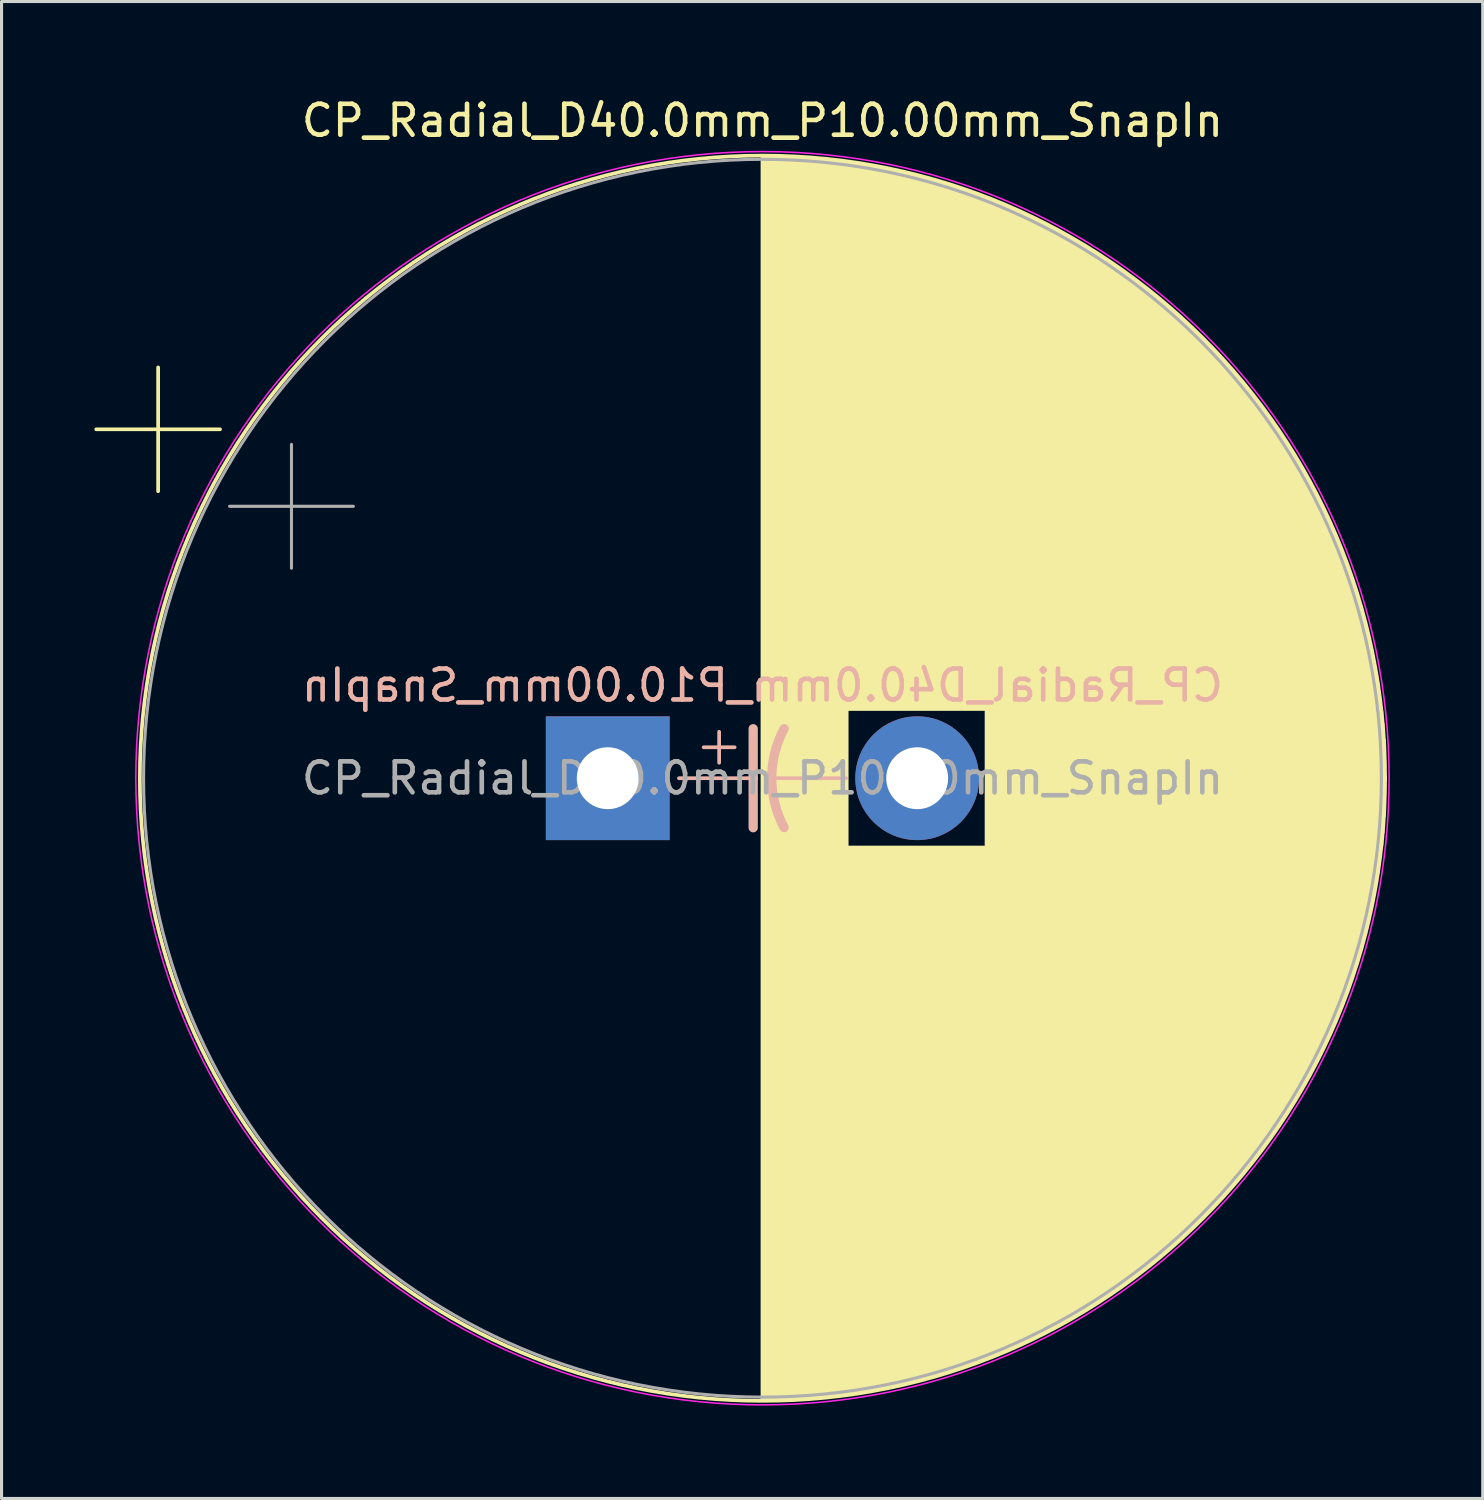
<source format=kicad_pcb>
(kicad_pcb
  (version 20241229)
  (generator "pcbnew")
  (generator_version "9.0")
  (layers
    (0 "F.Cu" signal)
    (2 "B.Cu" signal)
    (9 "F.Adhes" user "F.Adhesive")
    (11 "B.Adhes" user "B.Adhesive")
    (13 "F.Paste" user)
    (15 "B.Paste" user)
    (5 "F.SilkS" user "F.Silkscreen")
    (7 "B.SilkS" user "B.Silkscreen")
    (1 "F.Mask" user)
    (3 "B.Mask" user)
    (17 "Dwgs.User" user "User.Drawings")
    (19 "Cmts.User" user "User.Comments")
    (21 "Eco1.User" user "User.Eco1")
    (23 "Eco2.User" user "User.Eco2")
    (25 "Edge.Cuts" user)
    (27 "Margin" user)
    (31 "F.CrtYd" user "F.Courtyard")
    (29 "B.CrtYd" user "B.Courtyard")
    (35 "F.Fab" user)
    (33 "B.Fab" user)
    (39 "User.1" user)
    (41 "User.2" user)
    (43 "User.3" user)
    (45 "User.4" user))
  (footprint "CP_Radial_D40.0mm_P10.00mm_SnapIn"
    (layer "F.Cu")
    (at 16.589 22.098)
    (property "Reference" "CP_Radial_D40.0mm_P10.00mm_SnapIn" (at 5 -21.25 0) (layer "F.SilkS") (effects (font (size 1 1) (thickness 0.15))))
    (fp_line (start -16.529 -11.275) (end -12.529 -11.275) (stroke (width 0.12) (type solid)) (layer "F.SilkS"))
    (fp_line (start -14.529 -13.275) (end -14.529 -9.275) (stroke (width 0.12) (type solid)) (layer "F.SilkS"))
    (fp_line (start 5 -20.08) (end 5 20.08) (stroke (width 0.12) (type solid)) (layer "F.SilkS"))
    (fp_line (start 5.04 -20.08) (end 5.04 20.08) (stroke (width 0.12) (type solid)) (layer "F.SilkS"))
    (fp_line (start 5.08 -20.08) (end 5.08 20.08) (stroke (width 0.12) (type solid)) (layer "F.SilkS"))
    (fp_line (start 5.12 -20.08) (end 5.12 20.08) (stroke (width 0.12) (type solid)) (layer "F.SilkS"))
    (fp_line (start 5.16 -20.08) (end 5.16 20.08) (stroke (width 0.12) (type solid)) (layer "F.SilkS"))
    (fp_line (start 5.2 -20.08) (end 5.2 20.08) (stroke (width 0.12) (type solid)) (layer "F.SilkS"))
    (fp_line (start 5.24 -20.079) (end 5.24 20.079) (stroke (width 0.12) (type solid)) (layer "F.SilkS"))
    (fp_line (start 5.28 -20.079) (end 5.28 20.079) (stroke (width 0.12) (type solid)) (layer "F.SilkS"))
    (fp_line (start 5.32 -20.078) (end 5.32 20.078) (stroke (width 0.12) (type solid)) (layer "F.SilkS"))
    (fp_line (start 5.36 -20.077) (end 5.36 20.077) (stroke (width 0.12) (type solid)) (layer "F.SilkS"))
    (fp_line (start 5.4 -20.077) (end 5.4 20.077) (stroke (width 0.12) (type solid)) (layer "F.SilkS"))
    (fp_line (start 5.44 -20.076) (end 5.44 20.076) (stroke (width 0.12) (type solid)) (layer "F.SilkS"))
    (fp_line (start 5.48 -20.075) (end 5.48 20.075) (stroke (width 0.12) (type solid)) (layer "F.SilkS"))
    (fp_line (start 5.52 -20.074) (end 5.52 20.074) (stroke (width 0.12) (type solid)) (layer "F.SilkS"))
    (fp_line (start 5.56 -20.073) (end 5.56 20.073) (stroke (width 0.12) (type solid)) (layer "F.SilkS"))
    (fp_line (start 5.6 -20.072) (end 5.6 20.072) (stroke (width 0.12) (type solid)) (layer "F.SilkS"))
    (fp_line (start 5.64 -20.07) (end 5.64 20.07) (stroke (width 0.12) (type solid)) (layer "F.SilkS"))
    (fp_line (start 5.68 -20.069) (end 5.68 20.069) (stroke (width 0.12) (type solid)) (layer "F.SilkS"))
    (fp_line (start 5.721 -20.068) (end 5.721 20.068) (stroke (width 0.12) (type solid)) (layer "F.SilkS"))
    (fp_line (start 5.761 -20.066) (end 5.761 20.066) (stroke (width 0.12) (type solid)) (layer "F.SilkS"))
    (fp_line (start 5.801 -20.065) (end 5.801 20.065) (stroke (width 0.12) (type solid)) (layer "F.SilkS"))
    (fp_line (start 5.841 -20.063) (end 5.841 20.063) (stroke (width 0.12) (type solid)) (layer "F.SilkS"))
    (fp_line (start 5.881 -20.061) (end 5.881 20.061) (stroke (width 0.12) (type solid)) (layer "F.SilkS"))
    (fp_line (start 5.921 -20.059) (end 5.921 20.059) (stroke (width 0.12) (type solid)) (layer "F.SilkS"))
    (fp_line (start 5.961 -20.058) (end 5.961 20.058) (stroke (width 0.12) (type solid)) (layer "F.SilkS"))
    (fp_line (start 6.001 -20.056) (end 6.001 20.056) (stroke (width 0.12) (type solid)) (layer "F.SilkS"))
    (fp_line (start 6.041 -20.054) (end 6.041 20.054) (stroke (width 0.12) (type solid)) (layer "F.SilkS"))
    (fp_line (start 6.081 -20.051) (end 6.081 20.051) (stroke (width 0.12) (type solid)) (layer "F.SilkS"))
    (fp_line (start 6.121 -20.049) (end 6.121 20.049) (stroke (width 0.12) (type solid)) (layer "F.SilkS"))
    (fp_line (start 6.161 -20.047) (end 6.161 20.047) (stroke (width 0.12) (type solid)) (layer "F.SilkS"))
    (fp_line (start 6.201 -20.045) (end 6.201 20.045) (stroke (width 0.12) (type solid)) (layer "F.SilkS"))
    (fp_line (start 6.241 -20.042) (end 6.241 20.042) (stroke (width 0.12) (type solid)) (layer "F.SilkS"))
    (fp_line (start 6.281 -20.04) (end 6.281 20.04) (stroke (width 0.12) (type solid)) (layer "F.SilkS"))
    (fp_line (start 6.321 -20.037) (end 6.321 20.037) (stroke (width 0.12) (type solid)) (layer "F.SilkS"))
    (fp_line (start 6.361 -20.034) (end 6.361 20.034) (stroke (width 0.12) (type solid)) (layer "F.SilkS"))
    (fp_line (start 6.401 -20.032) (end 6.401 20.032) (stroke (width 0.12) (type solid)) (layer "F.SilkS"))
    (fp_line (start 6.441 -20.029) (end 6.441 20.029) (stroke (width 0.12) (type solid)) (layer "F.SilkS"))
    (fp_line (start 6.481 -20.026) (end 6.481 20.026) (stroke (width 0.12) (type solid)) (layer "F.SilkS"))
    (fp_line (start 6.521 -20.023) (end 6.521 20.023) (stroke (width 0.12) (type solid)) (layer "F.SilkS"))
    (fp_line (start 6.561 -20.02) (end 6.561 20.02) (stroke (width 0.12) (type solid)) (layer "F.SilkS"))
    (fp_line (start 6.601 -20.017) (end 6.601 20.017) (stroke (width 0.12) (type solid)) (layer "F.SilkS"))
    (fp_line (start 6.641 -20.014) (end 6.641 20.014) (stroke (width 0.12) (type solid)) (layer "F.SilkS"))
    (fp_line (start 6.681 -20.01) (end 6.681 20.01) (stroke (width 0.12) (type solid)) (layer "F.SilkS"))
    (fp_line (start 6.721 -20.007) (end 6.721 20.007) (stroke (width 0.12) (type solid)) (layer "F.SilkS"))
    (fp_line (start 6.761 -20.003) (end 6.761 20.003) (stroke (width 0.12) (type solid)) (layer "F.SilkS"))
    (fp_line (start 6.801 -20) (end 6.801 20) (stroke (width 0.12) (type solid)) (layer "F.SilkS"))
    (fp_line (start 6.841 -19.996) (end 6.841 19.996) (stroke (width 0.12) (type solid)) (layer "F.SilkS"))
    (fp_line (start 6.881 -19.992) (end 6.881 19.992) (stroke (width 0.12) (type solid)) (layer "F.SilkS"))
    (fp_line (start 6.921 -19.989) (end 6.921 19.989) (stroke (width 0.12) (type solid)) (layer "F.SilkS"))
    (fp_line (start 6.961 -19.985) (end 6.961 19.985) (stroke (width 0.12) (type solid)) (layer "F.SilkS"))
    (fp_line (start 7.001 -19.981) (end 7.001 19.981) (stroke (width 0.12) (type solid)) (layer "F.SilkS"))
    (fp_line (start 7.041 -19.977) (end 7.041 19.977) (stroke (width 0.12) (type solid)) (layer "F.SilkS"))
    (fp_line (start 7.081 -19.973) (end 7.081 19.973) (stroke (width 0.12) (type solid)) (layer "F.SilkS"))
    (fp_line (start 7.121 -19.968) (end 7.121 19.968) (stroke (width 0.12) (type solid)) (layer "F.SilkS"))
    (fp_line (start 7.161 -19.964) (end 7.161 19.964) (stroke (width 0.12) (type solid)) (layer "F.SilkS"))
    (fp_line (start 7.201 -19.96) (end 7.201 19.96) (stroke (width 0.12) (type solid)) (layer "F.SilkS"))
    (fp_line (start 7.241 -19.955) (end 7.241 19.955) (stroke (width 0.12) (type solid)) (layer "F.SilkS"))
    (fp_line (start 7.281 -19.951) (end 7.281 19.951) (stroke (width 0.12) (type solid)) (layer "F.SilkS"))
    (fp_line (start 7.321 -19.946) (end 7.321 19.946) (stroke (width 0.12) (type solid)) (layer "F.SilkS"))
    (fp_line (start 7.361 -19.942) (end 7.361 19.942) (stroke (width 0.12) (type solid)) (layer "F.SilkS"))
    (fp_line (start 7.401 -19.937) (end 7.401 19.937) (stroke (width 0.12) (type solid)) (layer "F.SilkS"))
    (fp_line (start 7.441 -19.932) (end 7.441 19.932) (stroke (width 0.12) (type solid)) (layer "F.SilkS"))
    (fp_line (start 7.481 -19.927) (end 7.481 19.927) (stroke (width 0.12) (type solid)) (layer "F.SilkS"))
    (fp_line (start 7.521 -19.922) (end 7.521 19.922) (stroke (width 0.12) (type solid)) (layer "F.SilkS"))
    (fp_line (start 7.561 -19.917) (end 7.561 19.917) (stroke (width 0.12) (type solid)) (layer "F.SilkS"))
    (fp_line (start 7.601 -19.912) (end 7.601 19.912) (stroke (width 0.12) (type solid)) (layer "F.SilkS"))
    (fp_line (start 7.641 -19.907) (end 7.641 19.907) (stroke (width 0.12) (type solid)) (layer "F.SilkS"))
    (fp_line (start 7.681 -19.901) (end 7.681 19.901) (stroke (width 0.12) (type solid)) (layer "F.SilkS"))
    (fp_line (start 7.721 -19.896) (end 7.721 19.896) (stroke (width 0.12) (type solid)) (layer "F.SilkS"))
    (fp_line (start 7.761 -19.89) (end 7.761 -2.24) (stroke (width 0.12) (type solid)) (layer "F.SilkS"))
    (fp_line (start 7.761 2.24) (end 7.761 19.89) (stroke (width 0.12) (type solid)) (layer "F.SilkS"))
    (fp_line (start 7.801 -19.885) (end 7.801 -2.24) (stroke (width 0.12) (type solid)) (layer "F.SilkS"))
    (fp_line (start 7.801 2.24) (end 7.801 19.885) (stroke (width 0.12) (type solid)) (layer "F.SilkS"))
    (fp_line (start 7.841 -19.879) (end 7.841 -2.24) (stroke (width 0.12) (type solid)) (layer "F.SilkS"))
    (fp_line (start 7.841 2.24) (end 7.841 19.879) (stroke (width 0.12) (type solid)) (layer "F.SilkS"))
    (fp_line (start 7.881 -19.873) (end 7.881 -2.24) (stroke (width 0.12) (type solid)) (layer "F.SilkS"))
    (fp_line (start 7.881 2.24) (end 7.881 19.873) (stroke (width 0.12) (type solid)) (layer "F.SilkS"))
    (fp_line (start 7.921 -19.867) (end 7.921 -2.24) (stroke (width 0.12) (type solid)) (layer "F.SilkS"))
    (fp_line (start 7.921 2.24) (end 7.921 19.867) (stroke (width 0.12) (type solid)) (layer "F.SilkS"))
    (fp_line (start 7.961 -19.862) (end 7.961 -2.24) (stroke (width 0.12) (type solid)) (layer "F.SilkS"))
    (fp_line (start 7.961 2.24) (end 7.961 19.862) (stroke (width 0.12) (type solid)) (layer "F.SilkS"))
    (fp_line (start 8.001 -19.856) (end 8.001 -2.24) (stroke (width 0.12) (type solid)) (layer "F.SilkS"))
    (fp_line (start 8.001 2.24) (end 8.001 19.856) (stroke (width 0.12) (type solid)) (layer "F.SilkS"))
    (fp_line (start 8.041 -19.85) (end 8.041 -2.24) (stroke (width 0.12) (type solid)) (layer "F.SilkS"))
    (fp_line (start 8.041 2.24) (end 8.041 19.85) (stroke (width 0.12) (type solid)) (layer "F.SilkS"))
    (fp_line (start 8.081 -19.843) (end 8.081 -2.24) (stroke (width 0.12) (type solid)) (layer "F.SilkS"))
    (fp_line (start 8.081 2.24) (end 8.081 19.843) (stroke (width 0.12) (type solid)) (layer "F.SilkS"))
    (fp_line (start 8.121 -19.837) (end 8.121 -2.24) (stroke (width 0.12) (type solid)) (layer "F.SilkS"))
    (fp_line (start 8.121 2.24) (end 8.121 19.837) (stroke (width 0.12) (type solid)) (layer "F.SilkS"))
    (fp_line (start 8.161 -19.831) (end 8.161 -2.24) (stroke (width 0.12) (type solid)) (layer "F.SilkS"))
    (fp_line (start 8.161 2.24) (end 8.161 19.831) (stroke (width 0.12) (type solid)) (layer "F.SilkS"))
    (fp_line (start 8.201 -19.824) (end 8.201 -2.24) (stroke (width 0.12) (type solid)) (layer "F.SilkS"))
    (fp_line (start 8.201 2.24) (end 8.201 19.824) (stroke (width 0.12) (type solid)) (layer "F.SilkS"))
    (fp_line (start 8.241 -19.818) (end 8.241 -2.24) (stroke (width 0.12) (type solid)) (layer "F.SilkS"))
    (fp_line (start 8.241 2.24) (end 8.241 19.818) (stroke (width 0.12) (type solid)) (layer "F.SilkS"))
    (fp_line (start 8.281 -19.811) (end 8.281 -2.24) (stroke (width 0.12) (type solid)) (layer "F.SilkS"))
    (fp_line (start 8.281 2.24) (end 8.281 19.811) (stroke (width 0.12) (type solid)) (layer "F.SilkS"))
    (fp_line (start 8.321 -19.805) (end 8.321 -2.24) (stroke (width 0.12) (type solid)) (layer "F.SilkS"))
    (fp_line (start 8.321 2.24) (end 8.321 19.805) (stroke (width 0.12) (type solid)) (layer "F.SilkS"))
    (fp_line (start 8.361 -19.798) (end 8.361 -2.24) (stroke (width 0.12) (type solid)) (layer "F.SilkS"))
    (fp_line (start 8.361 2.24) (end 8.361 19.798) (stroke (width 0.12) (type solid)) (layer "F.SilkS"))
    (fp_line (start 8.401 -19.791) (end 8.401 -2.24) (stroke (width 0.12) (type solid)) (layer "F.SilkS"))
    (fp_line (start 8.401 2.24) (end 8.401 19.791) (stroke (width 0.12) (type solid)) (layer "F.SilkS"))
    (fp_line (start 8.441 -19.784) (end 8.441 -2.24) (stroke (width 0.12) (type solid)) (layer "F.SilkS"))
    (fp_line (start 8.441 2.24) (end 8.441 19.784) (stroke (width 0.12) (type solid)) (layer "F.SilkS"))
    (fp_line (start 8.481 -19.777) (end 8.481 -2.24) (stroke (width 0.12) (type solid)) (layer "F.SilkS"))
    (fp_line (start 8.481 2.24) (end 8.481 19.777) (stroke (width 0.12) (type solid)) (layer "F.SilkS"))
    (fp_line (start 8.521 -19.77) (end 8.521 -2.24) (stroke (width 0.12) (type solid)) (layer "F.SilkS"))
    (fp_line (start 8.521 2.24) (end 8.521 19.77) (stroke (width 0.12) (type solid)) (layer "F.SilkS"))
    (fp_line (start 8.561 -19.763) (end 8.561 -2.24) (stroke (width 0.12) (type solid)) (layer "F.SilkS"))
    (fp_line (start 8.561 2.24) (end 8.561 19.763) (stroke (width 0.12) (type solid)) (layer "F.SilkS"))
    (fp_line (start 8.601 -19.756) (end 8.601 -2.24) (stroke (width 0.12) (type solid)) (layer "F.SilkS"))
    (fp_line (start 8.601 2.24) (end 8.601 19.756) (stroke (width 0.12) (type solid)) (layer "F.SilkS"))
    (fp_line (start 8.641 -19.748) (end 8.641 -2.24) (stroke (width 0.12) (type solid)) (layer "F.SilkS"))
    (fp_line (start 8.641 2.24) (end 8.641 19.748) (stroke (width 0.12) (type solid)) (layer "F.SilkS"))
    (fp_line (start 8.681 -19.741) (end 8.681 -2.24) (stroke (width 0.12) (type solid)) (layer "F.SilkS"))
    (fp_line (start 8.681 2.24) (end 8.681 19.741) (stroke (width 0.12) (type solid)) (layer "F.SilkS"))
    (fp_line (start 8.721 -19.734) (end 8.721 -2.24) (stroke (width 0.12) (type solid)) (layer "F.SilkS"))
    (fp_line (start 8.721 2.24) (end 8.721 19.734) (stroke (width 0.12) (type solid)) (layer "F.SilkS"))
    (fp_line (start 8.761 -19.726) (end 8.761 -2.24) (stroke (width 0.12) (type solid)) (layer "F.SilkS"))
    (fp_line (start 8.761 2.24) (end 8.761 19.726) (stroke (width 0.12) (type solid)) (layer "F.SilkS"))
    (fp_line (start 8.801 -19.718) (end 8.801 -2.24) (stroke (width 0.12) (type solid)) (layer "F.SilkS"))
    (fp_line (start 8.801 2.24) (end 8.801 19.718) (stroke (width 0.12) (type solid)) (layer "F.SilkS"))
    (fp_line (start 8.841 -19.711) (end 8.841 -2.24) (stroke (width 0.12) (type solid)) (layer "F.SilkS"))
    (fp_line (start 8.841 2.24) (end 8.841 19.711) (stroke (width 0.12) (type solid)) (layer "F.SilkS"))
    (fp_line (start 8.881 -19.703) (end 8.881 -2.24) (stroke (width 0.12) (type solid)) (layer "F.SilkS"))
    (fp_line (start 8.881 2.24) (end 8.881 19.703) (stroke (width 0.12) (type solid)) (layer "F.SilkS"))
    (fp_line (start 8.921 -19.695) (end 8.921 -2.24) (stroke (width 0.12) (type solid)) (layer "F.SilkS"))
    (fp_line (start 8.921 2.24) (end 8.921 19.695) (stroke (width 0.12) (type solid)) (layer "F.SilkS"))
    (fp_line (start 8.961 -19.687) (end 8.961 -2.24) (stroke (width 0.12) (type solid)) (layer "F.SilkS"))
    (fp_line (start 8.961 2.24) (end 8.961 19.687) (stroke (width 0.12) (type solid)) (layer "F.SilkS"))
    (fp_line (start 9.001 -19.679) (end 9.001 -2.24) (stroke (width 0.12) (type solid)) (layer "F.SilkS"))
    (fp_line (start 9.001 2.24) (end 9.001 19.679) (stroke (width 0.12) (type solid)) (layer "F.SilkS"))
    (fp_line (start 9.041 -19.671) (end 9.041 -2.24) (stroke (width 0.12) (type solid)) (layer "F.SilkS"))
    (fp_line (start 9.041 2.24) (end 9.041 19.671) (stroke (width 0.12) (type solid)) (layer "F.SilkS"))
    (fp_line (start 9.081 -19.662) (end 9.081 -2.24) (stroke (width 0.12) (type solid)) (layer "F.SilkS"))
    (fp_line (start 9.081 2.24) (end 9.081 19.662) (stroke (width 0.12) (type solid)) (layer "F.SilkS"))
    (fp_line (start 9.121 -19.654) (end 9.121 -2.24) (stroke (width 0.12) (type solid)) (layer "F.SilkS"))
    (fp_line (start 9.121 2.24) (end 9.121 19.654) (stroke (width 0.12) (type solid)) (layer "F.SilkS"))
    (fp_line (start 9.161 -19.646) (end 9.161 -2.24) (stroke (width 0.12) (type solid)) (layer "F.SilkS"))
    (fp_line (start 9.161 2.24) (end 9.161 19.646) (stroke (width 0.12) (type solid)) (layer "F.SilkS"))
    (fp_line (start 9.201 -19.637) (end 9.201 -2.24) (stroke (width 0.12) (type solid)) (layer "F.SilkS"))
    (fp_line (start 9.201 2.24) (end 9.201 19.637) (stroke (width 0.12) (type solid)) (layer "F.SilkS"))
    (fp_line (start 9.241 -19.629) (end 9.241 -2.24) (stroke (width 0.12) (type solid)) (layer "F.SilkS"))
    (fp_line (start 9.241 2.24) (end 9.241 19.629) (stroke (width 0.12) (type solid)) (layer "F.SilkS"))
    (fp_line (start 9.281 -19.62) (end 9.281 -2.24) (stroke (width 0.12) (type solid)) (layer "F.SilkS"))
    (fp_line (start 9.281 2.24) (end 9.281 19.62) (stroke (width 0.12) (type solid)) (layer "F.SilkS"))
    (fp_line (start 9.321 -19.611) (end 9.321 -2.24) (stroke (width 0.12) (type solid)) (layer "F.SilkS"))
    (fp_line (start 9.321 2.24) (end 9.321 19.611) (stroke (width 0.12) (type solid)) (layer "F.SilkS"))
    (fp_line (start 9.361 -19.602) (end 9.361 -2.24) (stroke (width 0.12) (type solid)) (layer "F.SilkS"))
    (fp_line (start 9.361 2.24) (end 9.361 19.602) (stroke (width 0.12) (type solid)) (layer "F.SilkS"))
    (fp_line (start 9.401 -19.593) (end 9.401 -2.24) (stroke (width 0.12) (type solid)) (layer "F.SilkS"))
    (fp_line (start 9.401 2.24) (end 9.401 19.593) (stroke (width 0.12) (type solid)) (layer "F.SilkS"))
    (fp_line (start 9.441 -19.584) (end 9.441 -2.24) (stroke (width 0.12) (type solid)) (layer "F.SilkS"))
    (fp_line (start 9.441 2.24) (end 9.441 19.584) (stroke (width 0.12) (type solid)) (layer "F.SilkS"))
    (fp_line (start 9.481 -19.575) (end 9.481 -2.24) (stroke (width 0.12) (type solid)) (layer "F.SilkS"))
    (fp_line (start 9.481 2.24) (end 9.481 19.575) (stroke (width 0.12) (type solid)) (layer "F.SilkS"))
    (fp_line (start 9.521 -19.566) (end 9.521 -2.24) (stroke (width 0.12) (type solid)) (layer "F.SilkS"))
    (fp_line (start 9.521 2.24) (end 9.521 19.566) (stroke (width 0.12) (type solid)) (layer "F.SilkS"))
    (fp_line (start 9.561 -19.557) (end 9.561 -2.24) (stroke (width 0.12) (type solid)) (layer "F.SilkS"))
    (fp_line (start 9.561 2.24) (end 9.561 19.557) (stroke (width 0.12) (type solid)) (layer "F.SilkS"))
    (fp_line (start 9.601 -19.548) (end 9.601 -2.24) (stroke (width 0.12) (type solid)) (layer "F.SilkS"))
    (fp_line (start 9.601 2.24) (end 9.601 19.548) (stroke (width 0.12) (type solid)) (layer "F.SilkS"))
    (fp_line (start 9.641 -19.538) (end 9.641 -2.24) (stroke (width 0.12) (type solid)) (layer "F.SilkS"))
    (fp_line (start 9.641 2.24) (end 9.641 19.538) (stroke (width 0.12) (type solid)) (layer "F.SilkS"))
    (fp_line (start 9.681 -19.529) (end 9.681 -2.24) (stroke (width 0.12) (type solid)) (layer "F.SilkS"))
    (fp_line (start 9.681 2.24) (end 9.681 19.529) (stroke (width 0.12) (type solid)) (layer "F.SilkS"))
    (fp_line (start 9.721 -19.519) (end 9.721 -2.24) (stroke (width 0.12) (type solid)) (layer "F.SilkS"))
    (fp_line (start 9.721 2.24) (end 9.721 19.519) (stroke (width 0.12) (type solid)) (layer "F.SilkS"))
    (fp_line (start 9.761 -19.509) (end 9.761 -2.24) (stroke (width 0.12) (type solid)) (layer "F.SilkS"))
    (fp_line (start 9.761 2.24) (end 9.761 19.509) (stroke (width 0.12) (type solid)) (layer "F.SilkS"))
    (fp_line (start 9.801 -19.5) (end 9.801 -2.24) (stroke (width 0.12) (type solid)) (layer "F.SilkS"))
    (fp_line (start 9.801 2.24) (end 9.801 19.5) (stroke (width 0.12) (type solid)) (layer "F.SilkS"))
    (fp_line (start 9.841 -19.49) (end 9.841 -2.24) (stroke (width 0.12) (type solid)) (layer "F.SilkS"))
    (fp_line (start 9.841 2.24) (end 9.841 19.49) (stroke (width 0.12) (type solid)) (layer "F.SilkS"))
    (fp_line (start 9.881 -19.48) (end 9.881 -2.24) (stroke (width 0.12) (type solid)) (layer "F.SilkS"))
    (fp_line (start 9.881 2.24) (end 9.881 19.48) (stroke (width 0.12) (type solid)) (layer "F.SilkS"))
    (fp_line (start 9.921 -19.47) (end 9.921 -2.24) (stroke (width 0.12) (type solid)) (layer "F.SilkS"))
    (fp_line (start 9.921 2.24) (end 9.921 19.47) (stroke (width 0.12) (type solid)) (layer "F.SilkS"))
    (fp_line (start 9.961 -19.46) (end 9.961 -2.24) (stroke (width 0.12) (type solid)) (layer "F.SilkS"))
    (fp_line (start 9.961 2.24) (end 9.961 19.46) (stroke (width 0.12) (type solid)) (layer "F.SilkS"))
    (fp_line (start 10.001 -19.449) (end 10.001 -2.24) (stroke (width 0.12) (type solid)) (layer "F.SilkS"))
    (fp_line (start 10.001 2.24) (end 10.001 19.449) (stroke (width 0.12) (type solid)) (layer "F.SilkS"))
    (fp_line (start 10.041 -19.439) (end 10.041 -2.24) (stroke (width 0.12) (type solid)) (layer "F.SilkS"))
    (fp_line (start 10.041 2.24) (end 10.041 19.439) (stroke (width 0.12) (type solid)) (layer "F.SilkS"))
    (fp_line (start 10.081 -19.429) (end 10.081 -2.24) (stroke (width 0.12) (type solid)) (layer "F.SilkS"))
    (fp_line (start 10.081 2.24) (end 10.081 19.429) (stroke (width 0.12) (type solid)) (layer "F.SilkS"))
    (fp_line (start 10.121 -19.418) (end 10.121 -2.24) (stroke (width 0.12) (type solid)) (layer "F.SilkS"))
    (fp_line (start 10.121 2.24) (end 10.121 19.418) (stroke (width 0.12) (type solid)) (layer "F.SilkS"))
    (fp_line (start 10.161 -19.408) (end 10.161 -2.24) (stroke (width 0.12) (type solid)) (layer "F.SilkS"))
    (fp_line (start 10.161 2.24) (end 10.161 19.408) (stroke (width 0.12) (type solid)) (layer "F.SilkS"))
    (fp_line (start 10.201 -19.397) (end 10.201 -2.24) (stroke (width 0.12) (type solid)) (layer "F.SilkS"))
    (fp_line (start 10.201 2.24) (end 10.201 19.397) (stroke (width 0.12) (type solid)) (layer "F.SilkS"))
    (fp_line (start 10.241 -19.386) (end 10.241 -2.24) (stroke (width 0.12) (type solid)) (layer "F.SilkS"))
    (fp_line (start 10.241 2.24) (end 10.241 19.386) (stroke (width 0.12) (type solid)) (layer "F.SilkS"))
    (fp_line (start 10.281 -19.375) (end 10.281 -2.24) (stroke (width 0.12) (type solid)) (layer "F.SilkS"))
    (fp_line (start 10.281 2.24) (end 10.281 19.375) (stroke (width 0.12) (type solid)) (layer "F.SilkS"))
    (fp_line (start 10.321 -19.364) (end 10.321 -2.24) (stroke (width 0.12) (type solid)) (layer "F.SilkS"))
    (fp_line (start 10.321 2.24) (end 10.321 19.364) (stroke (width 0.12) (type solid)) (layer "F.SilkS"))
    (fp_line (start 10.361 -19.353) (end 10.361 -2.24) (stroke (width 0.12) (type solid)) (layer "F.SilkS"))
    (fp_line (start 10.361 2.24) (end 10.361 19.353) (stroke (width 0.12) (type solid)) (layer "F.SilkS"))
    (fp_line (start 10.401 -19.342) (end 10.401 -2.24) (stroke (width 0.12) (type solid)) (layer "F.SilkS"))
    (fp_line (start 10.401 2.24) (end 10.401 19.342) (stroke (width 0.12) (type solid)) (layer "F.SilkS"))
    (fp_line (start 10.441 -19.331) (end 10.441 -2.24) (stroke (width 0.12) (type solid)) (layer "F.SilkS"))
    (fp_line (start 10.441 2.24) (end 10.441 19.331) (stroke (width 0.12) (type solid)) (layer "F.SilkS"))
    (fp_line (start 10.481 -19.32) (end 10.481 -2.24) (stroke (width 0.12) (type solid)) (layer "F.SilkS"))
    (fp_line (start 10.481 2.24) (end 10.481 19.32) (stroke (width 0.12) (type solid)) (layer "F.SilkS"))
    (fp_line (start 10.521 -19.308) (end 10.521 -2.24) (stroke (width 0.12) (type solid)) (layer "F.SilkS"))
    (fp_line (start 10.521 2.24) (end 10.521 19.308) (stroke (width 0.12) (type solid)) (layer "F.SilkS"))
    (fp_line (start 10.561 -19.297) (end 10.561 -2.24) (stroke (width 0.12) (type solid)) (layer "F.SilkS"))
    (fp_line (start 10.561 2.24) (end 10.561 19.297) (stroke (width 0.12) (type solid)) (layer "F.SilkS"))
    (fp_line (start 10.601 -19.285) (end 10.601 -2.24) (stroke (width 0.12) (type solid)) (layer "F.SilkS"))
    (fp_line (start 10.601 2.24) (end 10.601 19.285) (stroke (width 0.12) (type solid)) (layer "F.SilkS"))
    (fp_line (start 10.641 -19.274) (end 10.641 -2.24) (stroke (width 0.12) (type solid)) (layer "F.SilkS"))
    (fp_line (start 10.641 2.24) (end 10.641 19.274) (stroke (width 0.12) (type solid)) (layer "F.SilkS"))
    (fp_line (start 10.681 -19.262) (end 10.681 -2.24) (stroke (width 0.12) (type solid)) (layer "F.SilkS"))
    (fp_line (start 10.681 2.24) (end 10.681 19.262) (stroke (width 0.12) (type solid)) (layer "F.SilkS"))
    (fp_line (start 10.721 -19.25) (end 10.721 -2.24) (stroke (width 0.12) (type solid)) (layer "F.SilkS"))
    (fp_line (start 10.721 2.24) (end 10.721 19.25) (stroke (width 0.12) (type solid)) (layer "F.SilkS"))
    (fp_line (start 10.761 -19.238) (end 10.761 -2.24) (stroke (width 0.12) (type solid)) (layer "F.SilkS"))
    (fp_line (start 10.761 2.24) (end 10.761 19.238) (stroke (width 0.12) (type solid)) (layer "F.SilkS"))
    (fp_line (start 10.801 -19.226) (end 10.801 -2.24) (stroke (width 0.12) (type solid)) (layer "F.SilkS"))
    (fp_line (start 10.801 2.24) (end 10.801 19.226) (stroke (width 0.12) (type solid)) (layer "F.SilkS"))
    (fp_line (start 10.841 -19.214) (end 10.841 -2.24) (stroke (width 0.12) (type solid)) (layer "F.SilkS"))
    (fp_line (start 10.841 2.24) (end 10.841 19.214) (stroke (width 0.12) (type solid)) (layer "F.SilkS"))
    (fp_line (start 10.881 -19.202) (end 10.881 -2.24) (stroke (width 0.12) (type solid)) (layer "F.SilkS"))
    (fp_line (start 10.881 2.24) (end 10.881 19.202) (stroke (width 0.12) (type solid)) (layer "F.SilkS"))
    (fp_line (start 10.921 -19.19) (end 10.921 -2.24) (stroke (width 0.12) (type solid)) (layer "F.SilkS"))
    (fp_line (start 10.921 2.24) (end 10.921 19.19) (stroke (width 0.12) (type solid)) (layer "F.SilkS"))
    (fp_line (start 10.961 -19.177) (end 10.961 -2.24) (stroke (width 0.12) (type solid)) (layer "F.SilkS"))
    (fp_line (start 10.961 2.24) (end 10.961 19.177) (stroke (width 0.12) (type solid)) (layer "F.SilkS"))
    (fp_line (start 11.001 -19.165) (end 11.001 -2.24) (stroke (width 0.12) (type solid)) (layer "F.SilkS"))
    (fp_line (start 11.001 2.24) (end 11.001 19.165) (stroke (width 0.12) (type solid)) (layer "F.SilkS"))
    (fp_line (start 11.041 -19.152) (end 11.041 -2.24) (stroke (width 0.12) (type solid)) (layer "F.SilkS"))
    (fp_line (start 11.041 2.24) (end 11.041 19.152) (stroke (width 0.12) (type solid)) (layer "F.SilkS"))
    (fp_line (start 11.081 -19.14) (end 11.081 -2.24) (stroke (width 0.12) (type solid)) (layer "F.SilkS"))
    (fp_line (start 11.081 2.24) (end 11.081 19.14) (stroke (width 0.12) (type solid)) (layer "F.SilkS"))
    (fp_line (start 11.121 -19.127) (end 11.121 -2.24) (stroke (width 0.12) (type solid)) (layer "F.SilkS"))
    (fp_line (start 11.121 2.24) (end 11.121 19.127) (stroke (width 0.12) (type solid)) (layer "F.SilkS"))
    (fp_line (start 11.161 -19.114) (end 11.161 -2.24) (stroke (width 0.12) (type solid)) (layer "F.SilkS"))
    (fp_line (start 11.161 2.24) (end 11.161 19.114) (stroke (width 0.12) (type solid)) (layer "F.SilkS"))
    (fp_line (start 11.201 -19.101) (end 11.201 -2.24) (stroke (width 0.12) (type solid)) (layer "F.SilkS"))
    (fp_line (start 11.201 2.24) (end 11.201 19.101) (stroke (width 0.12) (type solid)) (layer "F.SilkS"))
    (fp_line (start 11.241 -19.088) (end 11.241 -2.24) (stroke (width 0.12) (type solid)) (layer "F.SilkS"))
    (fp_line (start 11.241 2.24) (end 11.241 19.088) (stroke (width 0.12) (type solid)) (layer "F.SilkS"))
    (fp_line (start 11.281 -19.075) (end 11.281 -2.24) (stroke (width 0.12) (type solid)) (layer "F.SilkS"))
    (fp_line (start 11.281 2.24) (end 11.281 19.075) (stroke (width 0.12) (type solid)) (layer "F.SilkS"))
    (fp_line (start 11.321 -19.062) (end 11.321 -2.24) (stroke (width 0.12) (type solid)) (layer "F.SilkS"))
    (fp_line (start 11.321 2.24) (end 11.321 19.062) (stroke (width 0.12) (type solid)) (layer "F.SilkS"))
    (fp_line (start 11.361 -19.049) (end 11.361 -2.24) (stroke (width 0.12) (type solid)) (layer "F.SilkS"))
    (fp_line (start 11.361 2.24) (end 11.361 19.049) (stroke (width 0.12) (type solid)) (layer "F.SilkS"))
    (fp_line (start 11.401 -19.035) (end 11.401 -2.24) (stroke (width 0.12) (type solid)) (layer "F.SilkS"))
    (fp_line (start 11.401 2.24) (end 11.401 19.035) (stroke (width 0.12) (type solid)) (layer "F.SilkS"))
    (fp_line (start 11.441 -19.022) (end 11.441 -2.24) (stroke (width 0.12) (type solid)) (layer "F.SilkS"))
    (fp_line (start 11.441 2.24) (end 11.441 19.022) (stroke (width 0.12) (type solid)) (layer "F.SilkS"))
    (fp_line (start 11.481 -19.008) (end 11.481 -2.24) (stroke (width 0.12) (type solid)) (layer "F.SilkS"))
    (fp_line (start 11.481 2.24) (end 11.481 19.008) (stroke (width 0.12) (type solid)) (layer "F.SilkS"))
    (fp_line (start 11.521 -18.995) (end 11.521 -2.24) (stroke (width 0.12) (type solid)) (layer "F.SilkS"))
    (fp_line (start 11.521 2.24) (end 11.521 18.995) (stroke (width 0.12) (type solid)) (layer "F.SilkS"))
    (fp_line (start 11.561 -18.981) (end 11.561 -2.24) (stroke (width 0.12) (type solid)) (layer "F.SilkS"))
    (fp_line (start 11.561 2.24) (end 11.561 18.981) (stroke (width 0.12) (type solid)) (layer "F.SilkS"))
    (fp_line (start 11.601 -18.967) (end 11.601 -2.24) (stroke (width 0.12) (type solid)) (layer "F.SilkS"))
    (fp_line (start 11.601 2.24) (end 11.601 18.967) (stroke (width 0.12) (type solid)) (layer "F.SilkS"))
    (fp_line (start 11.641 -18.953) (end 11.641 -2.24) (stroke (width 0.12) (type solid)) (layer "F.SilkS"))
    (fp_line (start 11.641 2.24) (end 11.641 18.953) (stroke (width 0.12) (type solid)) (layer "F.SilkS"))
    (fp_line (start 11.681 -18.939) (end 11.681 -2.24) (stroke (width 0.12) (type solid)) (layer "F.SilkS"))
    (fp_line (start 11.681 2.24) (end 11.681 18.939) (stroke (width 0.12) (type solid)) (layer "F.SilkS"))
    (fp_line (start 11.721 -18.925) (end 11.721 -2.24) (stroke (width 0.12) (type solid)) (layer "F.SilkS"))
    (fp_line (start 11.721 2.24) (end 11.721 18.925) (stroke (width 0.12) (type solid)) (layer "F.SilkS"))
    (fp_line (start 11.761 -18.911) (end 11.761 -2.24) (stroke (width 0.12) (type solid)) (layer "F.SilkS"))
    (fp_line (start 11.761 2.24) (end 11.761 18.911) (stroke (width 0.12) (type solid)) (layer "F.SilkS"))
    (fp_line (start 11.801 -18.897) (end 11.801 -2.24) (stroke (width 0.12) (type solid)) (layer "F.SilkS"))
    (fp_line (start 11.801 2.24) (end 11.801 18.897) (stroke (width 0.12) (type solid)) (layer "F.SilkS"))
    (fp_line (start 11.841 -18.882) (end 11.841 -2.24) (stroke (width 0.12) (type solid)) (layer "F.SilkS"))
    (fp_line (start 11.841 2.24) (end 11.841 18.882) (stroke (width 0.12) (type solid)) (layer "F.SilkS"))
    (fp_line (start 11.881 -18.868) (end 11.881 -2.24) (stroke (width 0.12) (type solid)) (layer "F.SilkS"))
    (fp_line (start 11.881 2.24) (end 11.881 18.868) (stroke (width 0.12) (type solid)) (layer "F.SilkS"))
    (fp_line (start 11.921 -18.853) (end 11.921 -2.24) (stroke (width 0.12) (type solid)) (layer "F.SilkS"))
    (fp_line (start 11.921 2.24) (end 11.921 18.853) (stroke (width 0.12) (type solid)) (layer "F.SilkS"))
    (fp_line (start 11.961 -18.838) (end 11.961 -2.24) (stroke (width 0.12) (type solid)) (layer "F.SilkS"))
    (fp_line (start 11.961 2.24) (end 11.961 18.838) (stroke (width 0.12) (type solid)) (layer "F.SilkS"))
    (fp_line (start 12.001 -18.824) (end 12.001 -2.24) (stroke (width 0.12) (type solid)) (layer "F.SilkS"))
    (fp_line (start 12.001 2.24) (end 12.001 18.824) (stroke (width 0.12) (type solid)) (layer "F.SilkS"))
    (fp_line (start 12.041 -18.809) (end 12.041 -2.24) (stroke (width 0.12) (type solid)) (layer "F.SilkS"))
    (fp_line (start 12.041 2.24) (end 12.041 18.809) (stroke (width 0.12) (type solid)) (layer "F.SilkS"))
    (fp_line (start 12.081 -18.794) (end 12.081 -2.24) (stroke (width 0.12) (type solid)) (layer "F.SilkS"))
    (fp_line (start 12.081 2.24) (end 12.081 18.794) (stroke (width 0.12) (type solid)) (layer "F.SilkS"))
    (fp_line (start 12.121 -18.779) (end 12.121 -2.24) (stroke (width 0.12) (type solid)) (layer "F.SilkS"))
    (fp_line (start 12.121 2.24) (end 12.121 18.779) (stroke (width 0.12) (type solid)) (layer "F.SilkS"))
    (fp_line (start 12.161 -18.763) (end 12.161 -2.24) (stroke (width 0.12) (type solid)) (layer "F.SilkS"))
    (fp_line (start 12.161 2.24) (end 12.161 18.763) (stroke (width 0.12) (type solid)) (layer "F.SilkS"))
    (fp_line (start 12.201 -18.748) (end 12.201 -2.24) (stroke (width 0.12) (type solid)) (layer "F.SilkS"))
    (fp_line (start 12.201 2.24) (end 12.201 18.748) (stroke (width 0.12) (type solid)) (layer "F.SilkS"))
    (fp_line (start 12.241 -18.733) (end 12.241 18.733) (stroke (width 0.12) (type solid)) (layer "F.SilkS"))
    (fp_line (start 12.281 -18.717) (end 12.281 18.717) (stroke (width 0.12) (type solid)) (layer "F.SilkS"))
    (fp_line (start 12.321 -18.702) (end 12.321 18.702) (stroke (width 0.12) (type solid)) (layer "F.SilkS"))
    (fp_line (start 12.361 -18.686) (end 12.361 18.686) (stroke (width 0.12) (type solid)) (layer "F.SilkS"))
    (fp_line (start 12.401 -18.67) (end 12.401 18.67) (stroke (width 0.12) (type solid)) (layer "F.SilkS"))
    (fp_line (start 12.441 -18.654) (end 12.441 18.654) (stroke (width 0.12) (type solid)) (layer "F.SilkS"))
    (fp_line (start 12.481 -18.638) (end 12.481 18.638) (stroke (width 0.12) (type solid)) (layer "F.SilkS"))
    (fp_line (start 12.521 -18.622) (end 12.521 18.622) (stroke (width 0.12) (type solid)) (layer "F.SilkS"))
    (fp_line (start 12.561 -18.606) (end 12.561 18.606) (stroke (width 0.12) (type solid)) (layer "F.SilkS"))
    (fp_line (start 12.601 -18.59) (end 12.601 18.59) (stroke (width 0.12) (type solid)) (layer "F.SilkS"))
    (fp_line (start 12.641 -18.574) (end 12.641 18.574) (stroke (width 0.12) (type solid)) (layer "F.SilkS"))
    (fp_line (start 12.681 -18.557) (end 12.681 18.557) (stroke (width 0.12) (type solid)) (layer "F.SilkS"))
    (fp_line (start 12.721 -18.54) (end 12.721 18.54) (stroke (width 0.12) (type solid)) (layer "F.SilkS"))
    (fp_line (start 12.761 -18.524) (end 12.761 18.524) (stroke (width 0.12) (type solid)) (layer "F.SilkS"))
    (fp_line (start 12.801 -18.507) (end 12.801 18.507) (stroke (width 0.12) (type solid)) (layer "F.SilkS"))
    (fp_line (start 12.841 -18.49) (end 12.841 18.49) (stroke (width 0.12) (type solid)) (layer "F.SilkS"))
    (fp_line (start 12.881 -18.473) (end 12.881 18.473) (stroke (width 0.12) (type solid)) (layer "F.SilkS"))
    (fp_line (start 12.921 -18.456) (end 12.921 18.456) (stroke (width 0.12) (type solid)) (layer "F.SilkS"))
    (fp_line (start 12.961 -18.439) (end 12.961 18.439) (stroke (width 0.12) (type solid)) (layer "F.SilkS"))
    (fp_line (start 13.001 -18.422) (end 13.001 18.422) (stroke (width 0.12) (type solid)) (layer "F.SilkS"))
    (fp_line (start 13.041 -18.404) (end 13.041 18.404) (stroke (width 0.12) (type solid)) (layer "F.SilkS"))
    (fp_line (start 13.081 -18.387) (end 13.081 18.387) (stroke (width 0.12) (type solid)) (layer "F.SilkS"))
    (fp_line (start 13.121 -18.369) (end 13.121 18.369) (stroke (width 0.12) (type solid)) (layer "F.SilkS"))
    (fp_line (start 13.161 -18.351) (end 13.161 18.351) (stroke (width 0.12) (type solid)) (layer "F.SilkS"))
    (fp_line (start 13.2 -18.334) (end 13.2 18.334) (stroke (width 0.12) (type solid)) (layer "F.SilkS"))
    (fp_line (start 13.24 -18.316) (end 13.24 18.316) (stroke (width 0.12) (type solid)) (layer "F.SilkS"))
    (fp_line (start 13.28 -18.298) (end 13.28 18.298) (stroke (width 0.12) (type solid)) (layer "F.SilkS"))
    (fp_line (start 13.32 -18.28) (end 13.32 18.28) (stroke (width 0.12) (type solid)) (layer "F.SilkS"))
    (fp_line (start 13.36 -18.261) (end 13.36 18.261) (stroke (width 0.12) (type solid)) (layer "F.SilkS"))
    (fp_line (start 13.4 -18.243) (end 13.4 18.243) (stroke (width 0.12) (type solid)) (layer "F.SilkS"))
    (fp_line (start 13.44 -18.225) (end 13.44 18.225) (stroke (width 0.12) (type solid)) (layer "F.SilkS"))
    (fp_line (start 13.48 -18.206) (end 13.48 18.206) (stroke (width 0.12) (type solid)) (layer "F.SilkS"))
    (fp_line (start 13.52 -18.188) (end 13.52 18.188) (stroke (width 0.12) (type solid)) (layer "F.SilkS"))
    (fp_line (start 13.56 -18.169) (end 13.56 18.169) (stroke (width 0.12) (type solid)) (layer "F.SilkS"))
    (fp_line (start 13.6 -18.15) (end 13.6 18.15) (stroke (width 0.12) (type solid)) (layer "F.SilkS"))
    (fp_line (start 13.64 -18.131) (end 13.64 18.131) (stroke (width 0.12) (type solid)) (layer "F.SilkS"))
    (fp_line (start 13.68 -18.112) (end 13.68 18.112) (stroke (width 0.12) (type solid)) (layer "F.SilkS"))
    (fp_line (start 13.72 -18.093) (end 13.72 18.093) (stroke (width 0.12) (type solid)) (layer "F.SilkS"))
    (fp_line (start 13.76 -18.073) (end 13.76 18.073) (stroke (width 0.12) (type solid)) (layer "F.SilkS"))
    (fp_line (start 13.8 -18.054) (end 13.8 18.054) (stroke (width 0.12) (type solid)) (layer "F.SilkS"))
    (fp_line (start 13.84 -18.034) (end 13.84 18.034) (stroke (width 0.12) (type solid)) (layer "F.SilkS"))
    (fp_line (start 13.88 -18.015) (end 13.88 18.015) (stroke (width 0.12) (type solid)) (layer "F.SilkS"))
    (fp_line (start 13.92 -17.995) (end 13.92 17.995) (stroke (width 0.12) (type solid)) (layer "F.SilkS"))
    (fp_line (start 13.96 -17.975) (end 13.96 17.975) (stroke (width 0.12) (type solid)) (layer "F.SilkS"))
    (fp_line (start 14 -17.955) (end 14 17.955) (stroke (width 0.12) (type solid)) (layer "F.SilkS"))
    (fp_line (start 14.04 -17.935) (end 14.04 17.935) (stroke (width 0.12) (type solid)) (layer "F.SilkS"))
    (fp_line (start 14.08 -17.915) (end 14.08 17.915) (stroke (width 0.12) (type solid)) (layer "F.SilkS"))
    (fp_line (start 14.12 -17.895) (end 14.12 17.895) (stroke (width 0.12) (type solid)) (layer "F.SilkS"))
    (fp_line (start 14.16 -17.874) (end 14.16 17.874) (stroke (width 0.12) (type solid)) (layer "F.SilkS"))
    (fp_line (start 14.2 -17.854) (end 14.2 17.854) (stroke (width 0.12) (type solid)) (layer "F.SilkS"))
    (fp_line (start 14.24 -17.833) (end 14.24 17.833) (stroke (width 0.12) (type solid)) (layer "F.SilkS"))
    (fp_line (start 14.28 -17.813) (end 14.28 17.813) (stroke (width 0.12) (type solid)) (layer "F.SilkS"))
    (fp_line (start 14.32 -17.792) (end 14.32 17.792) (stroke (width 0.12) (type solid)) (layer "F.SilkS"))
    (fp_line (start 14.36 -17.771) (end 14.36 17.771) (stroke (width 0.12) (type solid)) (layer "F.SilkS"))
    (fp_line (start 14.4 -17.75) (end 14.4 17.75) (stroke (width 0.12) (type solid)) (layer "F.SilkS"))
    (fp_line (start 14.44 -17.728) (end 14.44 17.728) (stroke (width 0.12) (type solid)) (layer "F.SilkS"))
    (fp_line (start 14.48 -17.707) (end 14.48 17.707) (stroke (width 0.12) (type solid)) (layer "F.SilkS"))
    (fp_line (start 14.52 -17.686) (end 14.52 17.686) (stroke (width 0.12) (type solid)) (layer "F.SilkS"))
    (fp_line (start 14.56 -17.664) (end 14.56 17.664) (stroke (width 0.12) (type solid)) (layer "F.SilkS"))
    (fp_line (start 14.6 -17.643) (end 14.6 17.643) (stroke (width 0.12) (type solid)) (layer "F.SilkS"))
    (fp_line (start 14.64 -17.621) (end 14.64 17.621) (stroke (width 0.12) (type solid)) (layer "F.SilkS"))
    (fp_line (start 14.68 -17.599) (end 14.68 17.599) (stroke (width 0.12) (type solid)) (layer "F.SilkS"))
    (fp_line (start 14.72 -17.577) (end 14.72 17.577) (stroke (width 0.12) (type solid)) (layer "F.SilkS"))
    (fp_line (start 14.76 -17.555) (end 14.76 17.555) (stroke (width 0.12) (type solid)) (layer "F.SilkS"))
    (fp_line (start 14.8 -17.532) (end 14.8 17.532) (stroke (width 0.12) (type solid)) (layer "F.SilkS"))
    (fp_line (start 14.84 -17.51) (end 14.84 17.51) (stroke (width 0.12) (type solid)) (layer "F.SilkS"))
    (fp_line (start 14.88 -17.488) (end 14.88 17.488) (stroke (width 0.12) (type solid)) (layer "F.SilkS"))
    (fp_line (start 14.92 -17.465) (end 14.92 17.465) (stroke (width 0.12) (type solid)) (layer "F.SilkS"))
    (fp_line (start 14.96 -17.442) (end 14.96 17.442) (stroke (width 0.12) (type solid)) (layer "F.SilkS"))
    (fp_line (start 15 -17.419) (end 15 17.419) (stroke (width 0.12) (type solid)) (layer "F.SilkS"))
    (fp_line (start 15.04 -17.396) (end 15.04 17.396) (stroke (width 0.12) (type solid)) (layer "F.SilkS"))
    (fp_line (start 15.08 -17.373) (end 15.08 17.373) (stroke (width 0.12) (type solid)) (layer "F.SilkS"))
    (fp_line (start 15.12 -17.35) (end 15.12 17.35) (stroke (width 0.12) (type solid)) (layer "F.SilkS"))
    (fp_line (start 15.16 -17.327) (end 15.16 17.327) (stroke (width 0.12) (type solid)) (layer "F.SilkS"))
    (fp_line (start 15.2 -17.303) (end 15.2 17.303) (stroke (width 0.12) (type solid)) (layer "F.SilkS"))
    (fp_line (start 15.24 -17.28) (end 15.24 17.28) (stroke (width 0.12) (type solid)) (layer "F.SilkS"))
    (fp_line (start 15.28 -17.256) (end 15.28 17.256) (stroke (width 0.12) (type solid)) (layer "F.SilkS"))
    (fp_line (start 15.32 -17.232) (end 15.32 17.232) (stroke (width 0.12) (type solid)) (layer "F.SilkS"))
    (fp_line (start 15.36 -17.208) (end 15.36 17.208) (stroke (width 0.12) (type solid)) (layer "F.SilkS"))
    (fp_line (start 15.4 -17.184) (end 15.4 17.184) (stroke (width 0.12) (type solid)) (layer "F.SilkS"))
    (fp_line (start 15.44 -17.16) (end 15.44 17.16) (stroke (width 0.12) (type solid)) (layer "F.SilkS"))
    (fp_line (start 15.48 -17.136) (end 15.48 17.136) (stroke (width 0.12) (type solid)) (layer "F.SilkS"))
    (fp_line (start 15.52 -17.111) (end 15.52 17.111) (stroke (width 0.12) (type solid)) (layer "F.SilkS"))
    (fp_line (start 15.56 -17.087) (end 15.56 17.087) (stroke (width 0.12) (type solid)) (layer "F.SilkS"))
    (fp_line (start 15.6 -17.062) (end 15.6 17.062) (stroke (width 0.12) (type solid)) (layer "F.SilkS"))
    (fp_line (start 15.64 -17.037) (end 15.64 17.037) (stroke (width 0.12) (type solid)) (layer "F.SilkS"))
    (fp_line (start 15.68 -17.012) (end 15.68 17.012) (stroke (width 0.12) (type solid)) (layer "F.SilkS"))
    (fp_line (start 15.72 -16.987) (end 15.72 16.987) (stroke (width 0.12) (type solid)) (layer "F.SilkS"))
    (fp_line (start 15.76 -16.962) (end 15.76 16.962) (stroke (width 0.12) (type solid)) (layer "F.SilkS"))
    (fp_line (start 15.8 -16.936) (end 15.8 16.936) (stroke (width 0.12) (type solid)) (layer "F.SilkS"))
    (fp_line (start 15.84 -16.911) (end 15.84 16.911) (stroke (width 0.12) (type solid)) (layer "F.SilkS"))
    (fp_line (start 15.88 -16.885) (end 15.88 16.885) (stroke (width 0.12) (type solid)) (layer "F.SilkS"))
    (fp_line (start 15.92 -16.859) (end 15.92 16.859) (stroke (width 0.12) (type solid)) (layer "F.SilkS"))
    (fp_line (start 15.96 -16.833) (end 15.96 16.833) (stroke (width 0.12) (type solid)) (layer "F.SilkS"))
    (fp_line (start 16 -16.807) (end 16 16.807) (stroke (width 0.12) (type solid)) (layer "F.SilkS"))
    (fp_line (start 16.04 -16.781) (end 16.04 16.781) (stroke (width 0.12) (type solid)) (layer "F.SilkS"))
    (fp_line (start 16.08 -16.755) (end 16.08 16.755) (stroke (width 0.12) (type solid)) (layer "F.SilkS"))
    (fp_line (start 16.12 -16.728) (end 16.12 16.728) (stroke (width 0.12) (type solid)) (layer "F.SilkS"))
    (fp_line (start 16.16 -16.702) (end 16.16 16.702) (stroke (width 0.12) (type solid)) (layer "F.SilkS"))
    (fp_line (start 16.2 -16.675) (end 16.2 16.675) (stroke (width 0.12) (type solid)) (layer "F.SilkS"))
    (fp_line (start 16.24 -16.648) (end 16.24 16.648) (stroke (width 0.12) (type solid)) (layer "F.SilkS"))
    (fp_line (start 16.28 -16.621) (end 16.28 16.621) (stroke (width 0.12) (type solid)) (layer "F.SilkS"))
    (fp_line (start 16.32 -16.594) (end 16.32 16.594) (stroke (width 0.12) (type solid)) (layer "F.SilkS"))
    (fp_line (start 16.36 -16.567) (end 16.36 16.567) (stroke (width 0.12) (type solid)) (layer "F.SilkS"))
    (fp_line (start 16.4 -16.539) (end 16.4 16.539) (stroke (width 0.12) (type solid)) (layer "F.SilkS"))
    (fp_line (start 16.44 -16.512) (end 16.44 16.512) (stroke (width 0.12) (type solid)) (layer "F.SilkS"))
    (fp_line (start 16.48 -16.484) (end 16.48 16.484) (stroke (width 0.12) (type solid)) (layer "F.SilkS"))
    (fp_line (start 16.52 -16.456) (end 16.52 16.456) (stroke (width 0.12) (type solid)) (layer "F.SilkS"))
    (fp_line (start 16.56 -16.428) (end 16.56 16.428) (stroke (width 0.12) (type solid)) (layer "F.SilkS"))
    (fp_line (start 16.6 -16.4) (end 16.6 16.4) (stroke (width 0.12) (type solid)) (layer "F.SilkS"))
    (fp_line (start 16.64 -16.372) (end 16.64 16.372) (stroke (width 0.12) (type solid)) (layer "F.SilkS"))
    (fp_line (start 16.68 -16.343) (end 16.68 16.343) (stroke (width 0.12) (type solid)) (layer "F.SilkS"))
    (fp_line (start 16.72 -16.315) (end 16.72 16.315) (stroke (width 0.12) (type solid)) (layer "F.SilkS"))
    (fp_line (start 16.76 -16.286) (end 16.76 16.286) (stroke (width 0.12) (type solid)) (layer "F.SilkS"))
    (fp_line (start 16.8 -16.257) (end 16.8 16.257) (stroke (width 0.12) (type solid)) (layer "F.SilkS"))
    (fp_line (start 16.84 -16.228) (end 16.84 16.228) (stroke (width 0.12) (type solid)) (layer "F.SilkS"))
    (fp_line (start 16.88 -16.199) (end 16.88 16.199) (stroke (width 0.12) (type solid)) (layer "F.SilkS"))
    (fp_line (start 16.92 -16.169) (end 16.92 16.169) (stroke (width 0.12) (type solid)) (layer "F.SilkS"))
    (fp_line (start 16.96 -16.14) (end 16.96 16.14) (stroke (width 0.12) (type solid)) (layer "F.SilkS"))
    (fp_line (start 17 -16.11) (end 17 16.11) (stroke (width 0.12) (type solid)) (layer "F.SilkS"))
    (fp_line (start 17.04 -16.08) (end 17.04 16.08) (stroke (width 0.12) (type solid)) (layer "F.SilkS"))
    (fp_line (start 17.08 -16.05) (end 17.08 16.05) (stroke (width 0.12) (type solid)) (layer "F.SilkS"))
    (fp_line (start 17.12 -16.02) (end 17.12 16.02) (stroke (width 0.12) (type solid)) (layer "F.SilkS"))
    (fp_line (start 17.16 -15.99) (end 17.16 15.99) (stroke (width 0.12) (type solid)) (layer "F.SilkS"))
    (fp_line (start 17.2 -15.96) (end 17.2 15.96) (stroke (width 0.12) (type solid)) (layer "F.SilkS"))
    (fp_line (start 17.24 -15.929) (end 17.24 15.929) (stroke (width 0.12) (type solid)) (layer "F.SilkS"))
    (fp_line (start 17.28 -15.898) (end 17.28 15.898) (stroke (width 0.12) (type solid)) (layer "F.SilkS"))
    (fp_line (start 17.32 -15.867) (end 17.32 15.867) (stroke (width 0.12) (type solid)) (layer "F.SilkS"))
    (fp_line (start 17.36 -15.836) (end 17.36 15.836) (stroke (width 0.12) (type solid)) (layer "F.SilkS"))
    (fp_line (start 17.4 -15.805) (end 17.4 15.805) (stroke (width 0.12) (type solid)) (layer "F.SilkS"))
    (fp_line (start 17.44 -15.774) (end 17.44 15.774) (stroke (width 0.12) (type solid)) (layer "F.SilkS"))
    (fp_line (start 17.48 -15.742) (end 17.48 15.742) (stroke (width 0.12) (type solid)) (layer "F.SilkS"))
    (fp_line (start 17.52 -15.711) (end 17.52 15.711) (stroke (width 0.12) (type solid)) (layer "F.SilkS"))
    (fp_line (start 17.56 -15.679) (end 17.56 15.679) (stroke (width 0.12) (type solid)) (layer "F.SilkS"))
    (fp_line (start 17.6 -15.647) (end 17.6 15.647) (stroke (width 0.12) (type solid)) (layer "F.SilkS"))
    (fp_line (start 17.64 -15.614) (end 17.64 15.614) (stroke (width 0.12) (type solid)) (layer "F.SilkS"))
    (fp_line (start 17.68 -15.582) (end 17.68 15.582) (stroke (width 0.12) (type solid)) (layer "F.SilkS"))
    (fp_line (start 17.72 -15.549) (end 17.72 15.549) (stroke (width 0.12) (type solid)) (layer "F.SilkS"))
    (fp_line (start 17.76 -15.517) (end 17.76 15.517) (stroke (width 0.12) (type solid)) (layer "F.SilkS"))
    (fp_line (start 17.8 -15.484) (end 17.8 15.484) (stroke (width 0.12) (type solid)) (layer "F.SilkS"))
    (fp_line (start 17.84 -15.451) (end 17.84 15.451) (stroke (width 0.12) (type solid)) (layer "F.SilkS"))
    (fp_line (start 17.88 -15.418) (end 17.88 15.418) (stroke (width 0.12) (type solid)) (layer "F.SilkS"))
    (fp_line (start 17.92 -15.384) (end 17.92 15.384) (stroke (width 0.12) (type solid)) (layer "F.SilkS"))
    (fp_line (start 17.96 -15.351) (end 17.96 15.351) (stroke (width 0.12) (type solid)) (layer "F.SilkS"))
    (fp_line (start 18 -15.317) (end 18 15.317) (stroke (width 0.12) (type solid)) (layer "F.SilkS"))
    (fp_line (start 18.04 -15.283) (end 18.04 15.283) (stroke (width 0.12) (type solid)) (layer "F.SilkS"))
    (fp_line (start 18.08 -15.249) (end 18.08 15.249) (stroke (width 0.12) (type solid)) (layer "F.SilkS"))
    (fp_line (start 18.12 -15.214) (end 18.12 15.214) (stroke (width 0.12) (type solid)) (layer "F.SilkS"))
    (fp_line (start 18.16 -15.18) (end 18.16 15.18) (stroke (width 0.12) (type solid)) (layer "F.SilkS"))
    (fp_line (start 18.2 -15.145) (end 18.2 15.145) (stroke (width 0.12) (type solid)) (layer "F.SilkS"))
    (fp_line (start 18.24 -15.11) (end 18.24 15.11) (stroke (width 0.12) (type solid)) (layer "F.SilkS"))
    (fp_line (start 18.28 -15.075) (end 18.28 15.075) (stroke (width 0.12) (type solid)) (layer "F.SilkS"))
    (fp_line (start 18.32 -15.04) (end 18.32 15.04) (stroke (width 0.12) (type solid)) (layer "F.SilkS"))
    (fp_line (start 18.36 -15.005) (end 18.36 15.005) (stroke (width 0.12) (type solid)) (layer "F.SilkS"))
    (fp_line (start 18.4 -14.969) (end 18.4 14.969) (stroke (width 0.12) (type solid)) (layer "F.SilkS"))
    (fp_line (start 18.44 -14.933) (end 18.44 14.933) (stroke (width 0.12) (type solid)) (layer "F.SilkS"))
    (fp_line (start 18.48 -14.897) (end 18.48 14.897) (stroke (width 0.12) (type solid)) (layer "F.SilkS"))
    (fp_line (start 18.52 -14.861) (end 18.52 14.861) (stroke (width 0.12) (type solid)) (layer "F.SilkS"))
    (fp_line (start 18.56 -14.825) (end 18.56 14.825) (stroke (width 0.12) (type solid)) (layer "F.SilkS"))
    (fp_line (start 18.6 -14.788) (end 18.6 14.788) (stroke (width 0.12) (type solid)) (layer "F.SilkS"))
    (fp_line (start 18.64 -14.751) (end 18.64 14.751) (stroke (width 0.12) (type solid)) (layer "F.SilkS"))
    (fp_line (start 18.68 -14.714) (end 18.68 14.714) (stroke (width 0.12) (type solid)) (layer "F.SilkS"))
    (fp_line (start 18.72 -14.677) (end 18.72 14.677) (stroke (width 0.12) (type solid)) (layer "F.SilkS"))
    (fp_line (start 18.76 -14.64) (end 18.76 14.64) (stroke (width 0.12) (type solid)) (layer "F.SilkS"))
    (fp_line (start 18.8 -14.602) (end 18.8 14.602) (stroke (width 0.12) (type solid)) (layer "F.SilkS"))
    (fp_line (start 18.84 -14.564) (end 18.84 14.564) (stroke (width 0.12) (type solid)) (layer "F.SilkS"))
    (fp_line (start 18.88 -14.526) (end 18.88 14.526) (stroke (width 0.12) (type solid)) (layer "F.SilkS"))
    (fp_line (start 18.92 -14.488) (end 18.92 14.488) (stroke (width 0.12) (type solid)) (layer "F.SilkS"))
    (fp_line (start 18.96 -14.45) (end 18.96 14.45) (stroke (width 0.12) (type solid)) (layer "F.SilkS"))
    (fp_line (start 19 -14.411) (end 19 14.411) (stroke (width 0.12) (type solid)) (layer "F.SilkS"))
    (fp_line (start 19.04 -14.372) (end 19.04 14.372) (stroke (width 0.12) (type solid)) (layer "F.SilkS"))
    (fp_line (start 19.08 -14.333) (end 19.08 14.333) (stroke (width 0.12) (type solid)) (layer "F.SilkS"))
    (fp_line (start 19.12 -14.294) (end 19.12 14.294) (stroke (width 0.12) (type solid)) (layer "F.SilkS"))
    (fp_line (start 19.16 -14.254) (end 19.16 14.254) (stroke (width 0.12) (type solid)) (layer "F.SilkS"))
    (fp_line (start 19.2 -14.214) (end 19.2 14.214) (stroke (width 0.12) (type solid)) (layer "F.SilkS"))
    (fp_line (start 19.24 -14.174) (end 19.24 14.174) (stroke (width 0.12) (type solid)) (layer "F.SilkS"))
    (fp_line (start 19.28 -14.134) (end 19.28 14.134) (stroke (width 0.12) (type solid)) (layer "F.SilkS"))
    (fp_line (start 19.32 -14.094) (end 19.32 14.094) (stroke (width 0.12) (type solid)) (layer "F.SilkS"))
    (fp_line (start 19.36 -14.053) (end 19.36 14.053) (stroke (width 0.12) (type solid)) (layer "F.SilkS"))
    (fp_line (start 19.4 -14.012) (end 19.4 14.012) (stroke (width 0.12) (type solid)) (layer "F.SilkS"))
    (fp_line (start 19.44 -13.971) (end 19.44 13.971) (stroke (width 0.12) (type solid)) (layer "F.SilkS"))
    (fp_line (start 19.48 -13.93) (end 19.48 13.93) (stroke (width 0.12) (type solid)) (layer "F.SilkS"))
    (fp_line (start 19.52 -13.888) (end 19.52 13.888) (stroke (width 0.12) (type solid)) (layer "F.SilkS"))
    (fp_line (start 19.56 -13.846) (end 19.56 13.846) (stroke (width 0.12) (type solid)) (layer "F.SilkS"))
    (fp_line (start 19.6 -13.804) (end 19.6 13.804) (stroke (width 0.12) (type solid)) (layer "F.SilkS"))
    (fp_line (start 19.64 -13.762) (end 19.64 13.762) (stroke (width 0.12) (type solid)) (layer "F.SilkS"))
    (fp_line (start 19.68 -13.72) (end 19.68 13.72) (stroke (width 0.12) (type solid)) (layer "F.SilkS"))
    (fp_line (start 19.72 -13.677) (end 19.72 13.677) (stroke (width 0.12) (type solid)) (layer "F.SilkS"))
    (fp_line (start 19.76 -13.634) (end 19.76 13.634) (stroke (width 0.12) (type solid)) (layer "F.SilkS"))
    (fp_line (start 19.8 -13.59) (end 19.8 13.59) (stroke (width 0.12) (type solid)) (layer "F.SilkS"))
    (fp_line (start 19.84 -13.547) (end 19.84 13.547) (stroke (width 0.12) (type solid)) (layer "F.SilkS"))
    (fp_line (start 19.88 -13.503) (end 19.88 13.503) (stroke (width 0.12) (type solid)) (layer "F.SilkS"))
    (fp_line (start 19.92 -13.459) (end 19.92 13.459) (stroke (width 0.12) (type solid)) (layer "F.SilkS"))
    (fp_line (start 19.96 -13.415) (end 19.96 13.415) (stroke (width 0.12) (type solid)) (layer "F.SilkS"))
    (fp_line (start 20 -13.37) (end 20 13.37) (stroke (width 0.12) (type solid)) (layer "F.SilkS"))
    (fp_line (start 20.04 -13.325) (end 20.04 13.325) (stroke (width 0.12) (type solid)) (layer "F.SilkS"))
    (fp_line (start 20.08 -13.28) (end 20.08 13.28) (stroke (width 0.12) (type solid)) (layer "F.SilkS"))
    (fp_line (start 20.12 -13.235) (end 20.12 13.235) (stroke (width 0.12) (type solid)) (layer "F.SilkS"))
    (fp_line (start 20.16 -13.189) (end 20.16 13.189) (stroke (width 0.12) (type solid)) (layer "F.SilkS"))
    (fp_line (start 20.2 -13.143) (end 20.2 13.143) (stroke (width 0.12) (type solid)) (layer "F.SilkS"))
    (fp_line (start 20.24 -13.097) (end 20.24 13.097) (stroke (width 0.12) (type solid)) (layer "F.SilkS"))
    (fp_line (start 20.28 -13.05) (end 20.28 13.05) (stroke (width 0.12) (type solid)) (layer "F.SilkS"))
    (fp_line (start 20.32 -13.003) (end 20.32 13.003) (stroke (width 0.12) (type solid)) (layer "F.SilkS"))
    (fp_line (start 20.36 -12.956) (end 20.36 12.956) (stroke (width 0.12) (type solid)) (layer "F.SilkS"))
    (fp_line (start 20.4 -12.909) (end 20.4 12.909) (stroke (width 0.12) (type solid)) (layer "F.SilkS"))
    (fp_line (start 20.44 -12.861) (end 20.44 12.861) (stroke (width 0.12) (type solid)) (layer "F.SilkS"))
    (fp_line (start 20.48 -12.813) (end 20.48 12.813) (stroke (width 0.12) (type solid)) (layer "F.SilkS"))
    (fp_line (start 20.52 -12.765) (end 20.52 12.765) (stroke (width 0.12) (type solid)) (layer "F.SilkS"))
    (fp_line (start 20.56 -12.716) (end 20.56 12.716) (stroke (width 0.12) (type solid)) (layer "F.SilkS"))
    (fp_line (start 20.6 -12.667) (end 20.6 12.667) (stroke (width 0.12) (type solid)) (layer "F.SilkS"))
    (fp_line (start 20.64 -12.618) (end 20.64 12.618) (stroke (width 0.12) (type solid)) (layer "F.SilkS"))
    (fp_line (start 20.68 -12.568) (end 20.68 12.568) (stroke (width 0.12) (type solid)) (layer "F.SilkS"))
    (fp_line (start 20.72 -12.518) (end 20.72 12.518) (stroke (width 0.12) (type solid)) (layer "F.SilkS"))
    (fp_line (start 20.76 -12.468) (end 20.76 12.468) (stroke (width 0.12) (type solid)) (layer "F.SilkS"))
    (fp_line (start 20.8 -12.417) (end 20.8 12.417) (stroke (width 0.12) (type solid)) (layer "F.SilkS"))
    (fp_line (start 20.84 -12.366) (end 20.84 12.366) (stroke (width 0.12) (type solid)) (layer "F.SilkS"))
    (fp_line (start 20.88 -12.315) (end 20.88 12.315) (stroke (width 0.12) (type solid)) (layer "F.SilkS"))
    (fp_line (start 20.92 -12.264) (end 20.92 12.264) (stroke (width 0.12) (type solid)) (layer "F.SilkS"))
    (fp_line (start 20.96 -12.212) (end 20.96 12.212) (stroke (width 0.12) (type solid)) (layer "F.SilkS"))
    (fp_line (start 21 -12.159) (end 21 12.159) (stroke (width 0.12) (type solid)) (layer "F.SilkS"))
    (fp_line (start 21.04 -12.107) (end 21.04 12.107) (stroke (width 0.12) (type solid)) (layer "F.SilkS"))
    (fp_line (start 21.08 -12.054) (end 21.08 12.054) (stroke (width 0.12) (type solid)) (layer "F.SilkS"))
    (fp_line (start 21.12 -12) (end 21.12 12) (stroke (width 0.12) (type solid)) (layer "F.SilkS"))
    (fp_line (start 21.16 -11.947) (end 21.16 11.947) (stroke (width 0.12) (type solid)) (layer "F.SilkS"))
    (fp_line (start 21.2 -11.893) (end 21.2 11.893) (stroke (width 0.12) (type solid)) (layer "F.SilkS"))
    (fp_line (start 21.24 -11.838) (end 21.24 11.838) (stroke (width 0.12) (type solid)) (layer "F.SilkS"))
    (fp_line (start 21.28 -11.783) (end 21.28 11.783) (stroke (width 0.12) (type solid)) (layer "F.SilkS"))
    (fp_line (start 21.32 -11.728) (end 21.32 11.728) (stroke (width 0.12) (type solid)) (layer "F.SilkS"))
    (fp_line (start 21.36 -11.672) (end 21.36 11.672) (stroke (width 0.12) (type solid)) (layer "F.SilkS"))
    (fp_line (start 21.4 -11.616) (end 21.4 11.616) (stroke (width 0.12) (type solid)) (layer "F.SilkS"))
    (fp_line (start 21.44 -11.56) (end 21.44 11.56) (stroke (width 0.12) (type solid)) (layer "F.SilkS"))
    (fp_line (start 21.48 -11.503) (end 21.48 11.503) (stroke (width 0.12) (type solid)) (layer "F.SilkS"))
    (fp_line (start 21.52 -11.445) (end 21.52 11.445) (stroke (width 0.12) (type solid)) (layer "F.SilkS"))
    (fp_line (start 21.56 -11.388) (end 21.56 11.388) (stroke (width 0.12) (type solid)) (layer "F.SilkS"))
    (fp_line (start 21.6 -11.33) (end 21.6 11.33) (stroke (width 0.12) (type solid)) (layer "F.SilkS"))
    (fp_line (start 21.64 -11.271) (end 21.64 11.271) (stroke (width 0.12) (type solid)) (layer "F.SilkS"))
    (fp_line (start 21.68 -11.212) (end 21.68 11.212) (stroke (width 0.12) (type solid)) (layer "F.SilkS"))
    (fp_line (start 21.72 -11.152) (end 21.72 11.152) (stroke (width 0.12) (type solid)) (layer "F.SilkS"))
    (fp_line (start 21.76 -11.092) (end 21.76 11.092) (stroke (width 0.12) (type solid)) (layer "F.SilkS"))
    (fp_line (start 21.8 -11.032) (end 21.8 11.032) (stroke (width 0.12) (type solid)) (layer "F.SilkS"))
    (fp_line (start 21.84 -10.971) (end 21.84 10.971) (stroke (width 0.12) (type solid)) (layer "F.SilkS"))
    (fp_line (start 21.88 -10.909) (end 21.88 10.909) (stroke (width 0.12) (type solid)) (layer "F.SilkS"))
    (fp_line (start 21.92 -10.848) (end 21.92 10.848) (stroke (width 0.12) (type solid)) (layer "F.SilkS"))
    (fp_line (start 21.96 -10.785) (end 21.96 10.785) (stroke (width 0.12) (type solid)) (layer "F.SilkS"))
    (fp_line (start 22 -10.722) (end 22 10.722) (stroke (width 0.12) (type solid)) (layer "F.SilkS"))
    (fp_line (start 22.04 -10.659) (end 22.04 10.659) (stroke (width 0.12) (type solid)) (layer "F.SilkS"))
    (fp_line (start 22.08 -10.595) (end 22.08 10.595) (stroke (width 0.12) (type solid)) (layer "F.SilkS"))
    (fp_line (start 22.12 -10.53) (end 22.12 10.53) (stroke (width 0.12) (type solid)) (layer "F.SilkS"))
    (fp_line (start 22.16 -10.465) (end 22.16 10.465) (stroke (width 0.12) (type solid)) (layer "F.SilkS"))
    (fp_line (start 22.2 -10.4) (end 22.2 10.4) (stroke (width 0.12) (type solid)) (layer "F.SilkS"))
    (fp_line (start 22.24 -10.333) (end 22.24 10.333) (stroke (width 0.12) (type solid)) (layer "F.SilkS"))
    (fp_line (start 22.28 -10.267) (end 22.28 10.267) (stroke (width 0.12) (type solid)) (layer "F.SilkS"))
    (fp_line (start 22.32 -10.199) (end 22.32 10.199) (stroke (width 0.12) (type solid)) (layer "F.SilkS"))
    (fp_line (start 22.36 -10.131) (end 22.36 10.131) (stroke (width 0.12) (type solid)) (layer "F.SilkS"))
    (fp_line (start 22.4 -10.063) (end 22.4 10.063) (stroke (width 0.12) (type solid)) (layer "F.SilkS"))
    (fp_line (start 22.44 -9.993) (end 22.44 9.993) (stroke (width 0.12) (type solid)) (layer "F.SilkS"))
    (fp_line (start 22.48 -9.924) (end 22.48 9.924) (stroke (width 0.12) (type solid)) (layer "F.SilkS"))
    (fp_line (start 22.52 -9.853) (end 22.52 9.853) (stroke (width 0.12) (type solid)) (layer "F.SilkS"))
    (fp_line (start 22.56 -9.782) (end 22.56 9.782) (stroke (width 0.12) (type solid)) (layer "F.SilkS"))
    (fp_line (start 22.6 -9.71) (end 22.6 9.71) (stroke (width 0.12) (type solid)) (layer "F.SilkS"))
    (fp_line (start 22.64 -9.638) (end 22.64 9.638) (stroke (width 0.12) (type solid)) (layer "F.SilkS"))
    (fp_line (start 22.68 -9.564) (end 22.68 9.564) (stroke (width 0.12) (type solid)) (layer "F.SilkS"))
    (fp_line (start 22.72 -9.49) (end 22.72 9.49) (stroke (width 0.12) (type solid)) (layer "F.SilkS"))
    (fp_line (start 22.76 -9.415) (end 22.76 9.415) (stroke (width 0.12) (type solid)) (layer "F.SilkS"))
    (fp_line (start 22.8 -9.34) (end 22.8 9.34) (stroke (width 0.12) (type solid)) (layer "F.SilkS"))
    (fp_line (start 22.84 -9.264) (end 22.84 9.264) (stroke (width 0.12) (type solid)) (layer "F.SilkS"))
    (fp_line (start 22.88 -9.187) (end 22.88 9.187) (stroke (width 0.12) (type solid)) (layer "F.SilkS"))
    (fp_line (start 22.92 -9.109) (end 22.92 9.109) (stroke (width 0.12) (type solid)) (layer "F.SilkS"))
    (fp_line (start 22.96 -9.03) (end 22.96 9.03) (stroke (width 0.12) (type solid)) (layer "F.SilkS"))
    (fp_line (start 23 -8.95) (end 23 8.95) (stroke (width 0.12) (type solid)) (layer "F.SilkS"))
    (fp_line (start 23.04 -8.87) (end 23.04 8.87) (stroke (width 0.12) (type solid)) (layer "F.SilkS"))
    (fp_line (start 23.08 -8.788) (end 23.08 8.788) (stroke (width 0.12) (type solid)) (layer "F.SilkS"))
    (fp_line (start 23.12 -8.706) (end 23.12 8.706) (stroke (width 0.12) (type solid)) (layer "F.SilkS"))
    (fp_line (start 23.16 -8.622) (end 23.16 8.622) (stroke (width 0.12) (type solid)) (layer "F.SilkS"))
    (fp_line (start 23.2 -8.538) (end 23.2 8.538) (stroke (width 0.12) (type solid)) (layer "F.SilkS"))
    (fp_line (start 23.24 -8.453) (end 23.24 8.453) (stroke (width 0.12) (type solid)) (layer "F.SilkS"))
    (fp_line (start 23.28 -8.366) (end 23.28 8.366) (stroke (width 0.12) (type solid)) (layer "F.SilkS"))
    (fp_line (start 23.32 -8.279) (end 23.32 8.279) (stroke (width 0.12) (type solid)) (layer "F.SilkS"))
    (fp_line (start 23.36 -8.19) (end 23.36 8.19) (stroke (width 0.12) (type solid)) (layer "F.SilkS"))
    (fp_line (start 23.4 -8.1) (end 23.4 8.1) (stroke (width 0.12) (type solid)) (layer "F.SilkS"))
    (fp_line (start 23.44 -8.009) (end 23.44 8.009) (stroke (width 0.12) (type solid)) (layer "F.SilkS"))
    (fp_line (start 23.48 -7.917) (end 23.48 7.917) (stroke (width 0.12) (type solid)) (layer "F.SilkS"))
    (fp_line (start 23.52 -7.823) (end 23.52 7.823) (stroke (width 0.12) (type solid)) (layer "F.SilkS"))
    (fp_line (start 23.56 -7.728) (end 23.56 7.728) (stroke (width 0.12) (type solid)) (layer "F.SilkS"))
    (fp_line (start 23.6 -7.632) (end 23.6 7.632) (stroke (width 0.12) (type solid)) (layer "F.SilkS"))
    (fp_line (start 23.64 -7.534) (end 23.64 7.534) (stroke (width 0.12) (type solid)) (layer "F.SilkS"))
    (fp_line (start 23.68 -7.435) (end 23.68 7.435) (stroke (width 0.12) (type solid)) (layer "F.SilkS"))
    (fp_line (start 23.72 -7.335) (end 23.72 7.335) (stroke (width 0.12) (type solid)) (layer "F.SilkS"))
    (fp_line (start 23.76 -7.232) (end 23.76 7.232) (stroke (width 0.12) (type solid)) (layer "F.SilkS"))
    (fp_line (start 23.8 -7.128) (end 23.8 7.128) (stroke (width 0.12) (type solid)) (layer "F.SilkS"))
    (fp_line (start 23.84 -7.022) (end 23.84 7.022) (stroke (width 0.12) (type solid)) (layer "F.SilkS"))
    (fp_line (start 23.88 -6.915) (end 23.88 6.915) (stroke (width 0.12) (type solid)) (layer "F.SilkS"))
    (fp_line (start 23.92 -6.805) (end 23.92 6.805) (stroke (width 0.12) (type solid)) (layer "F.SilkS"))
    (fp_line (start 23.96 -6.693) (end 23.96 6.693) (stroke (width 0.12) (type solid)) (layer "F.SilkS"))
    (fp_line (start 24 -6.58) (end 24 6.58) (stroke (width 0.12) (type solid)) (layer "F.SilkS"))
    (fp_line (start 24.04 -6.464) (end 24.04 6.464) (stroke (width 0.12) (type solid)) (layer "F.SilkS"))
    (fp_line (start 24.08 -6.345) (end 24.08 6.345) (stroke (width 0.12) (type solid)) (layer "F.SilkS"))
    (fp_line (start 24.12 -6.225) (end 24.12 6.225) (stroke (width 0.12) (type solid)) (layer "F.SilkS"))
    (fp_line (start 24.16 -6.101) (end 24.16 6.101) (stroke (width 0.12) (type solid)) (layer "F.SilkS"))
    (fp_line (start 24.2 -5.975) (end 24.2 5.975) (stroke (width 0.12) (type solid)) (layer "F.SilkS"))
    (fp_line (start 24.24 -5.846) (end 24.24 5.846) (stroke (width 0.12) (type solid)) (layer "F.SilkS"))
    (fp_line (start 24.28 -5.713) (end 24.28 5.713) (stroke (width 0.12) (type solid)) (layer "F.SilkS"))
    (fp_line (start 24.32 -5.578) (end 24.32 5.578) (stroke (width 0.12) (type solid)) (layer "F.SilkS"))
    (fp_line (start 24.36 -5.438) (end 24.36 5.438) (stroke (width 0.12) (type solid)) (layer "F.SilkS"))
    (fp_line (start 24.4 -5.295) (end 24.4 5.295) (stroke (width 0.12) (type solid)) (layer "F.SilkS"))
    (fp_line (start 24.44 -5.147) (end 24.44 5.147) (stroke (width 0.12) (type solid)) (layer "F.SilkS"))
    (fp_line (start 24.48 -4.995) (end 24.48 4.995) (stroke (width 0.12) (type solid)) (layer "F.SilkS"))
    (fp_line (start 24.52 -4.837) (end 24.52 4.837) (stroke (width 0.12) (type solid)) (layer "F.SilkS"))
    (fp_line (start 24.56 -4.674) (end 24.56 4.674) (stroke (width 0.12) (type solid)) (layer "F.SilkS"))
    (fp_line (start 24.6 -4.505) (end 24.6 4.505) (stroke (width 0.12) (type solid)) (layer "F.SilkS"))
    (fp_line (start 24.64 -4.329) (end 24.64 4.329) (stroke (width 0.12) (type solid)) (layer "F.SilkS"))
    (fp_line (start 24.68 -4.145) (end 24.68 4.145) (stroke (width 0.12) (type solid)) (layer "F.SilkS"))
    (fp_line (start 24.72 -3.952) (end 24.72 3.952) (stroke (width 0.12) (type solid)) (layer "F.SilkS"))
    (fp_line (start 24.76 -3.75) (end 24.76 3.75) (stroke (width 0.12) (type solid)) (layer "F.SilkS"))
    (fp_line (start 24.8 -3.535) (end 24.8 3.535) (stroke (width 0.12) (type solid)) (layer "F.SilkS"))
    (fp_line (start 24.84 -3.305) (end 24.84 3.305) (stroke (width 0.12) (type solid)) (layer "F.SilkS"))
    (fp_line (start 24.88 -3.059) (end 24.88 3.059) (stroke (width 0.12) (type solid)) (layer "F.SilkS"))
    (fp_line (start 24.92 -2.79) (end 24.92 2.79) (stroke (width 0.12) (type solid)) (layer "F.SilkS"))
    (fp_line (start 24.96 -2.493) (end 24.96 2.493) (stroke (width 0.12) (type solid)) (layer "F.SilkS"))
    (fp_line (start 25 -2.155) (end 25 2.155) (stroke (width 0.12) (type solid)) (layer "F.SilkS"))
    (fp_line (start 25.04 -1.753) (end 25.04 1.753) (stroke (width 0.12) (type solid)) (layer "F.SilkS"))
    (fp_line (start 25.08 -1.229) (end 25.08 1.229) (stroke (width 0.12) (type solid)) (layer "F.SilkS"))
    (fp_line (start 25.12 -0.04) (end 25.12 0.04) (stroke (width 0.12) (type solid)) (layer "F.SilkS"))
    (fp_circle (center 5 0) (end 25.12 0) (stroke (width 0.12) (type solid)) (fill no) (layer "F.SilkS"))
    (fp_line (start 2.3 0) (end 4.7 0) (stroke (width 0.12) (type solid)) (layer "B.SilkS"))
    (fp_line (start 3.1 -1) (end 4.1 -1) (stroke (width 0.12) (type solid)) (layer "B.SilkS"))
    (fp_line (start 3.6 -0.5) (end 3.6 -1.5) (stroke (width 0.12) (type solid)) (layer "B.SilkS"))
    (fp_line (start 4.7 0) (end 4.7 -1.6) (stroke (width 0.3) (type solid)) (layer "B.SilkS"))
    (fp_line (start 4.7 0) (end 4.7 1.6) (stroke (width 0.3) (type solid)) (layer "B.SilkS"))
    (fp_line (start 7.7 0) (end 5.3 0) (stroke (width 0.12) (type solid)) (layer "B.SilkS"))
    (fp_arc (start 5.3 0) (mid 5.400512 -0.824872) (end 5.7 -1.6) (stroke (width 0.3) (type solid)) (layer "B.SilkS"))
    (fp_arc (start 5.7 1.596157) (mid 5.401651 0.822725) (end 5.3 0) (stroke (width 0.3) (type solid)) (layer "B.SilkS"))
    (fp_circle (center 5 0) (end 25.25 0) (stroke (width 0.05) (type solid)) (fill no) (layer "F.CrtYd"))
    (fp_line (start -12.22 -8.787) (end -8.22 -8.787) (stroke (width 0.1) (type solid)) (layer "F.Fab"))
    (fp_line (start -10.22 -10.787) (end -10.22 -6.787) (stroke (width 0.1) (type solid)) (layer "F.Fab"))
    (fp_circle (center 5 0) (end 25 0) (stroke (width 0.1) (type solid)) (fill no) (layer "F.Fab"))
    (fp_text user "${REFERENCE}" (at 5 -3 0) (layer "B.SilkS") (effects (font (size 1 1) (thickness 0.15)) (justify mirror)))
    (fp_text user "${REFERENCE}" (at 5 0 0) (layer "F.Fab") (effects (font (size 1 1) (thickness 0.15))))
    (pad "1" thru_hole rect (at 0 0) (size 4 4) (drill 2) (layers "*.Cu" "*.Mask"))
    (pad "2" thru_hole circle (at 10 0) (size 4 4) (drill 2) (layers "*.Cu" "*.Mask")))
  (gr_rect
    (start -3 -3)
    (end 44.864 45.373)
    (stroke (width 0.1) (type default))
    (fill no)
    (layer "Edge.Cuts")))
</source>
